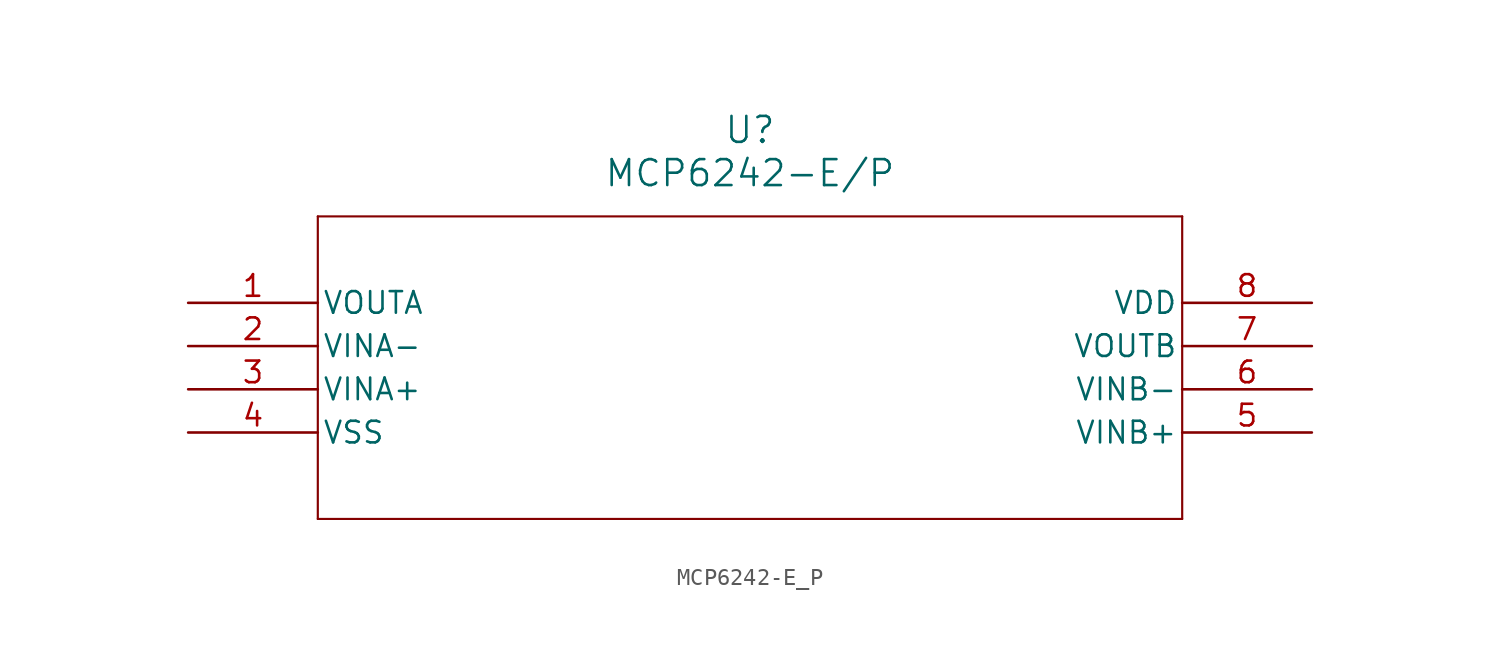
<source format=kicad_sym>
(kicad_symbol_lib
  (version 20211014)
  (generator kicad_symbol_editor)
  (symbol "MCP6242-E_P"
    (pin_names
      (offset 0.254))
    (property "Reference" "U"
      (at 33.02 10.16 0)
      (effects (font (size 1.524 1.524))))
    (property "Value" "MCP6242-E/P"
      (at 33.02 7.62 0)
      (effects (font (size 1.524 1.524))))
    (symbol "MCP6242-E_P_0_1"
      (polyline (pts (xy 7.62 5.08) (xy 7.62 -12.7)) (stroke (width 0.127) (type default) (color 0 0 0 0)) (fill (type none)))
      (polyline (pts (xy 7.62 -12.7) (xy 58.42 -12.7)) (stroke (width 0.127) (type default) (color 0 0 0 0)) (fill (type none)))
      (polyline (pts (xy 58.42 -12.7) (xy 58.42 5.08)) (stroke (width 0.127) (type default) (color 0 0 0 0)) (fill (type none)))
      (polyline (pts (xy 58.42 5.08) (xy 7.62 5.08)) (stroke (width 0.127) (type default) (color 0 0 0 0)) (fill (type none)))
      (pin unspecified line (at 0 0 0) (length 7.62) (name "VOUTA" (effects (font (size 1.27 1.27)))) (number "1" (effects (font (size 1.27 1.27)))))
      (pin unspecified line (at 0 -2.54 0) (length 7.62) (name "VINA-" (effects (font (size 1.27 1.27)))) (number "2" (effects (font (size 1.27 1.27)))))
      (pin unspecified line (at 0 -5.08 0) (length 7.62) (name "VINA+" (effects (font (size 1.27 1.27)))) (number "3" (effects (font (size 1.27 1.27)))))
      (pin unspecified line (at 0 -7.62 0) (length 7.62) (name "VSS" (effects (font (size 1.27 1.27)))) (number "4" (effects (font (size 1.27 1.27)))))
      (pin unspecified line (at 66.04 -7.62 180) (length 7.62) (name "VINB+" (effects (font (size 1.27 1.27)))) (number "5" (effects (font (size 1.27 1.27)))))
      (pin unspecified line (at 66.04 -5.08 180) (length 7.62) (name "VINB-" (effects (font (size 1.27 1.27)))) (number "6" (effects (font (size 1.27 1.27)))))
      (pin unspecified line (at 66.04 -2.54 180) (length 7.62) (name "VOUTB" (effects (font (size 1.27 1.27)))) (number "7" (effects (font (size 1.27 1.27)))))
      (pin unspecified line (at 66.04 0 180) (length 7.62) (name "VDD" (effects (font (size 1.27 1.27)))) (number "8" (effects (font (size 1.27 1.27))))))))
</source>
